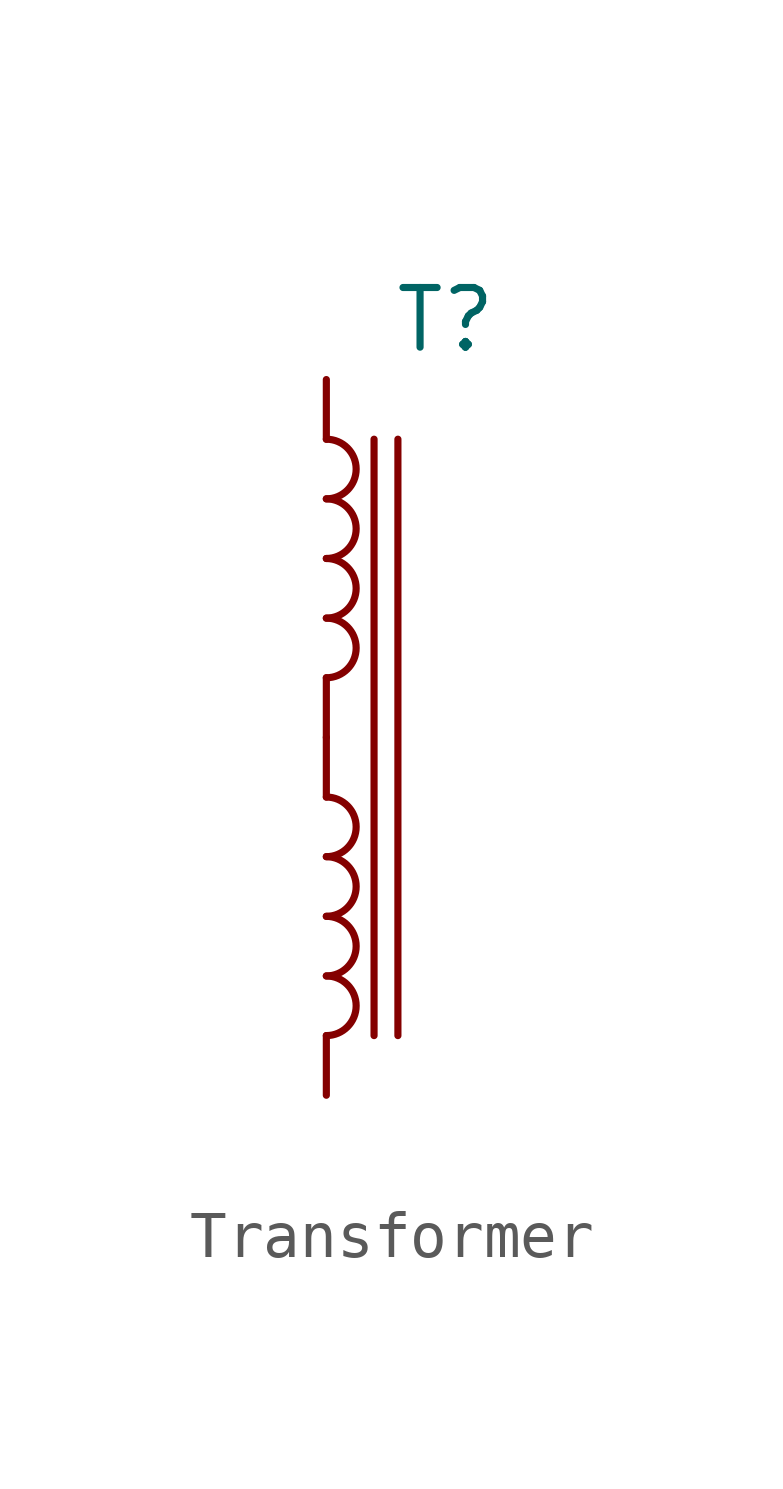
<source format=kicad_sym>
(kicad_symbol_lib
  (version 20211014)
  (generator kicad_symbol_editor)
  (symbol "Transformer"
    (pin_numbers hide)
    (pin_names
      (offset 0) hide)
    (property "Reference" "T"
      (at 2.54 8.89 0)
      (effects (font (size 1.27 1.27))))
    (symbol "Transformer_0_1"
      (arc (start 0 -6.35) (mid 0.635 -5.715) (end 0 -5.08) (stroke (width 0) (type default) (color 0 0 0 0)) (fill (type none)))
      (arc (start 0 -5.08) (mid 0.635 -4.445) (end 0 -3.81) (stroke (width 0) (type default) (color 0 0 0 0)) (fill (type none)))
      (arc (start 0 -3.81) (mid 0.635 -3.175) (end 0 -2.54) (stroke (width 0) (type default) (color 0 0 0 0)) (fill (type none)))
      (arc (start 0 -2.54) (mid 0.635 -1.905) (end 0 -1.27) (stroke (width 0) (type default) (color 0 0 0 0)) (fill (type none)))
      (polyline (pts (xy 0 1.27) (xy 0 -1.27)) (stroke (width 0) (type default) (color 0 0 0 0)) (fill (type none))))
    (symbol "Transformer_1_1"
      (polyline (pts (xy 1.016 6.35) (xy 1.016 -6.35)) (stroke (width 0) (type default) (color 0 0 0 0)) (fill (type none)))
      (polyline (pts (xy 1.524 -6.35) (xy 1.524 6.35)) (stroke (width 0) (type default) (color 0 0 0 0)) (fill (type none)))
      (arc (start 0 1.27) (mid 0.635 1.905) (end 0 2.54) (stroke (width 0) (type default) (color 0 0 0 0)) (fill (type none)))
      (arc (start 0 2.54) (mid 0.635 3.175) (end 0 3.81) (stroke (width 0) (type default) (color 0 0 0 0)) (fill (type none)))
      (arc (start 0 3.81) (mid 0.635 4.445) (end 0 5.08) (stroke (width 0) (type default) (color 0 0 0 0)) (fill (type none)))
      (arc (start 0 5.08) (mid 0.635 5.715) (end 0 6.35) (stroke (width 0) (type default) (color 0 0 0 0)) (fill (type none)))
      (pin passive line (at 0 -7.62 90) (length 1.27) (name "A" (effects (font (size 1.27 1.27)))) (number "1" (effects (font (size 1.27 1.27)))))
      (pin input line (at 0 0 90) (length 0) (name "B" (effects (font (size 1.27 1.27)))) (number "2" (effects (font (size 1.27 1.27)))))
      (pin passive line (at 0 7.62 270) (length 1.27) (name "C" (effects (font (size 1.27 1.27)))) (number "3" (effects (font (size 1.27 1.27))))))))
</source>
